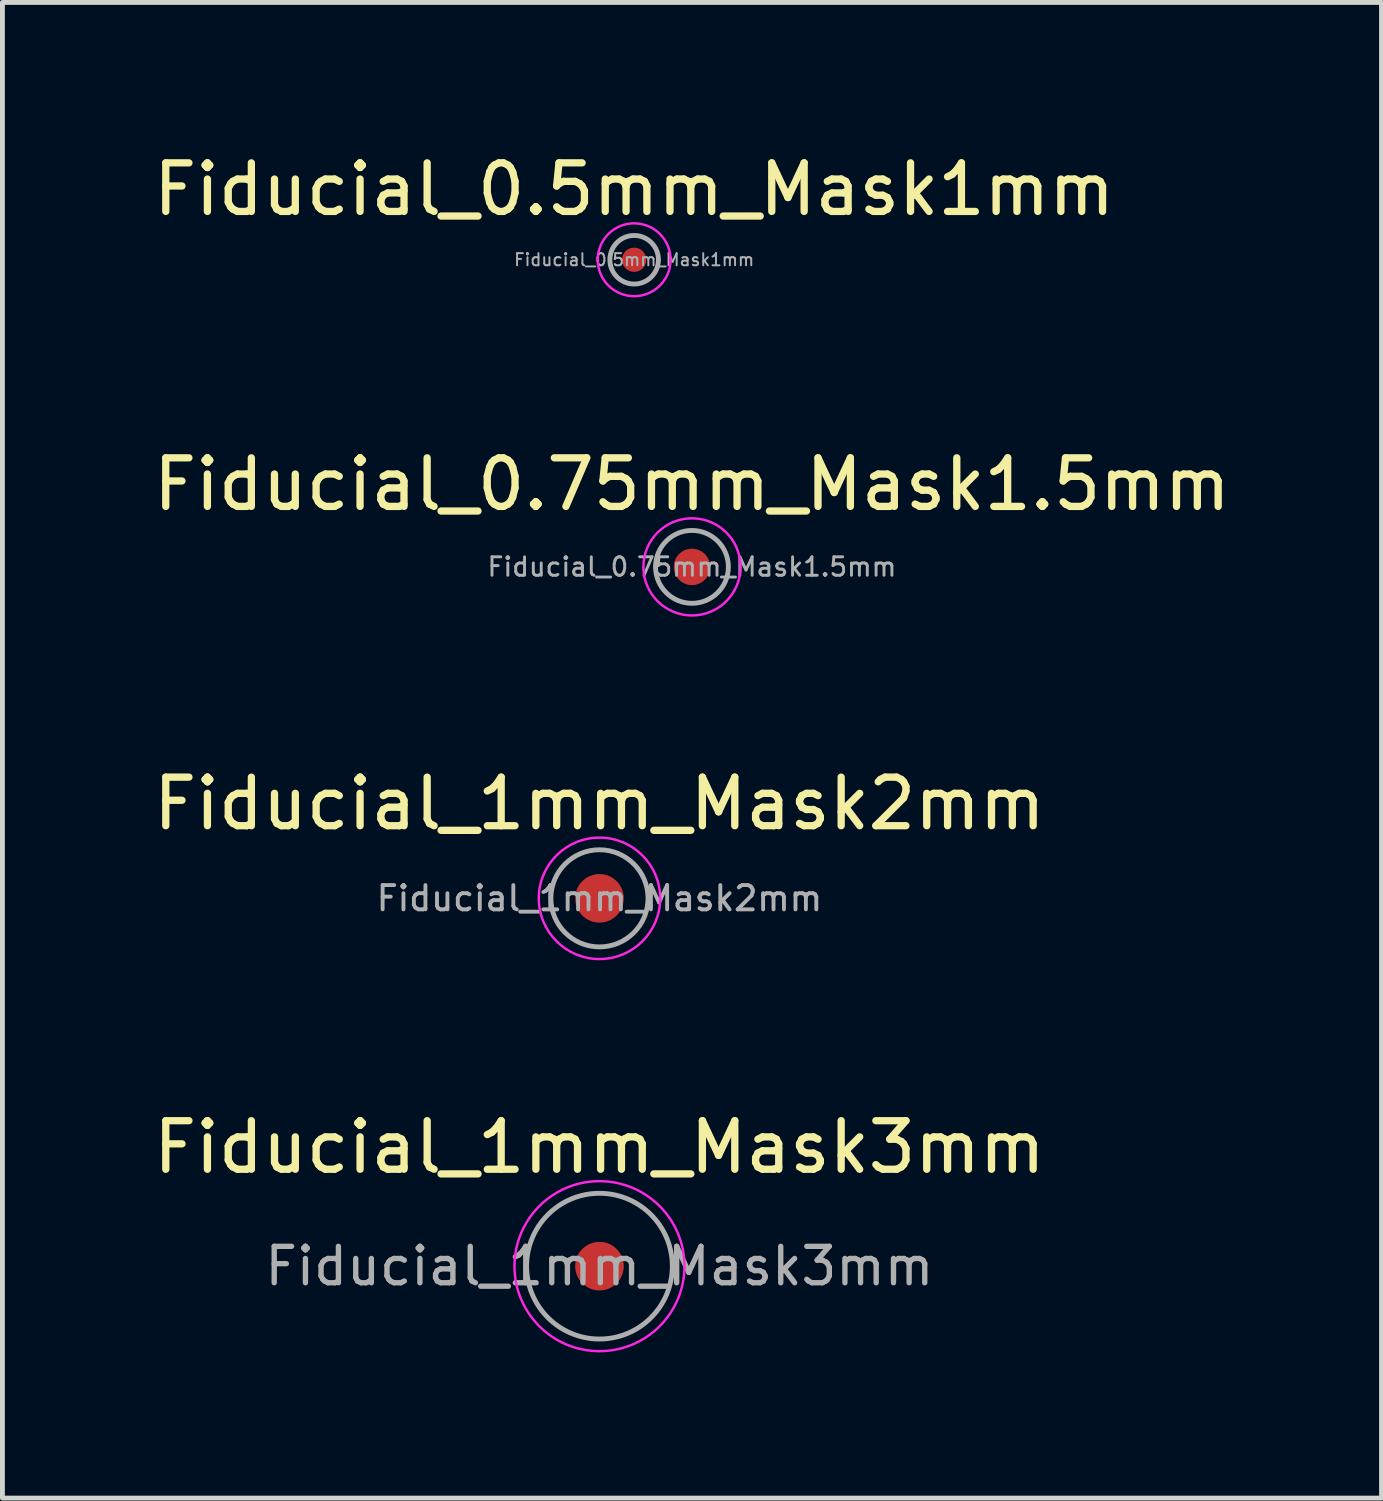
<source format=kicad_pcb>
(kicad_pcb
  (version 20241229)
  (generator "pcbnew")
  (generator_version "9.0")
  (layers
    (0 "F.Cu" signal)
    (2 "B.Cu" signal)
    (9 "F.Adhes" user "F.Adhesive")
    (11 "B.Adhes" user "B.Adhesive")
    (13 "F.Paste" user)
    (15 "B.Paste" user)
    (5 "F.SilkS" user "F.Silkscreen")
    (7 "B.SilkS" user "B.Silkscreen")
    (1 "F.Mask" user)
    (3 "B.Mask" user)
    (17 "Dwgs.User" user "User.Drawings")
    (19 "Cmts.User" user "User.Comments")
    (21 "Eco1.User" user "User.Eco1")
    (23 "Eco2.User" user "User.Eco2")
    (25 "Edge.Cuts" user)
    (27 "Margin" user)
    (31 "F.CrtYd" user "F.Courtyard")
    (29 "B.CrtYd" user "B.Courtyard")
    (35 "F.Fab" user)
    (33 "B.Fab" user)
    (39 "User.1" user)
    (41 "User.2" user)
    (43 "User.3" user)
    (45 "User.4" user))
  (footprint "Fiducial_1mm_Mask3mm"
    (layer "F.Cu")
    (at 9.292 23.018)
    (property "Reference" "Fiducial_1mm_Mask3mm" (at 0 -2.45 0) (layer "F.SilkS") (effects (font (size 1 1) (thickness 0.15))))
    (attr smd exclude_from_bom)
    (fp_circle (center 0 0) (end 1.75 0) (stroke (width 0.05) (type solid)) (fill no) (layer "F.CrtYd"))
    (fp_circle (center 0 0) (end 1.5 0) (stroke (width 0.1) (type solid)) (fill no) (layer "F.Fab"))
    (fp_text user "${REFERENCE}" (at 0 0 0) (layer "F.Fab") (effects (font (size 0.75 0.75) (thickness 0.11))))
    (pad "" smd circle (at 0 0) (size 1 1) (layers "F.Cu" "F.Mask")))
  (footprint "Fiducial_0.75mm_Mask1.5mm"
    (layer "F.Cu")
    (at 11.196 8.621)
    (property "Reference" "Fiducial_0.75mm_Mask1.5mm" (at 0 -1.7 0) (layer "F.SilkS") (effects (font (size 1 1) (thickness 0.15))))
    (attr smd exclude_from_bom)
    (fp_circle (center 0 0) (end 1 0) (stroke (width 0.05) (type solid)) (fill no) (layer "F.CrtYd"))
    (fp_circle (center 0 0) (end 0.75 0) (stroke (width 0.1) (type solid)) (fill no) (layer "F.Fab"))
    (fp_text user "${REFERENCE}" (at 0 0 0) (layer "F.Fab") (effects (font (size 0.38 0.38) (thickness 0.06))))
    (pad "" smd circle (at 0 0) (size 0.75 0.75) (layers "F.Cu" "F.Mask")))
  (footprint "Fiducial_1mm_Mask2mm"
    (layer "F.Cu")
    (at 9.292 15.445)
    (property "Reference" "Fiducial_1mm_Mask2mm" (at 0 -1.95 0) (layer "F.SilkS") (effects (font (size 1 1) (thickness 0.15))))
    (attr smd exclude_from_bom)
    (fp_circle (center 0 0) (end 1.25 0) (stroke (width 0.05) (type solid)) (fill no) (layer "F.CrtYd"))
    (fp_circle (center 0 0) (end 1 0) (stroke (width 0.1) (type solid)) (fill no) (layer "F.Fab"))
    (fp_text user "${REFERENCE}" (at 0 0 0) (layer "F.Fab") (effects (font (size 0.5 0.5) (thickness 0.08))))
    (pad "" smd circle (at 0 0) (size 1 1) (layers "F.Cu" "F.Mask")))
  (footprint "Fiducial_0.5mm_Mask1mm"
    (layer "F.Cu")
    (at 10.006 2.298)
    (property "Reference" "Fiducial_0.5mm_Mask1mm" (at 0 -1.45 0) (layer "F.SilkS") (effects (font (size 1 1) (thickness 0.15))))
    (attr smd exclude_from_bom)
    (fp_circle (center 0 0) (end 0.75 0) (stroke (width 0.05) (type solid)) (fill no) (layer "F.CrtYd"))
    (fp_circle (center 0 0) (end 0.5 0) (stroke (width 0.1) (type solid)) (fill no) (layer "F.Fab"))
    (fp_text user "${REFERENCE}" (at 0 0 0) (layer "F.Fab") (effects (font (size 0.25 0.25) (thickness 0.04))))
    (pad "" smd circle (at 0 0) (size 0.5 0.5) (layers "F.Cu" "F.Mask")))
  (gr_rect
    (start -3 -3)
    (end 25.393 27.793)
    (stroke (width 0.1) (type default))
    (fill no)
    (layer "Edge.Cuts")))
</source>
